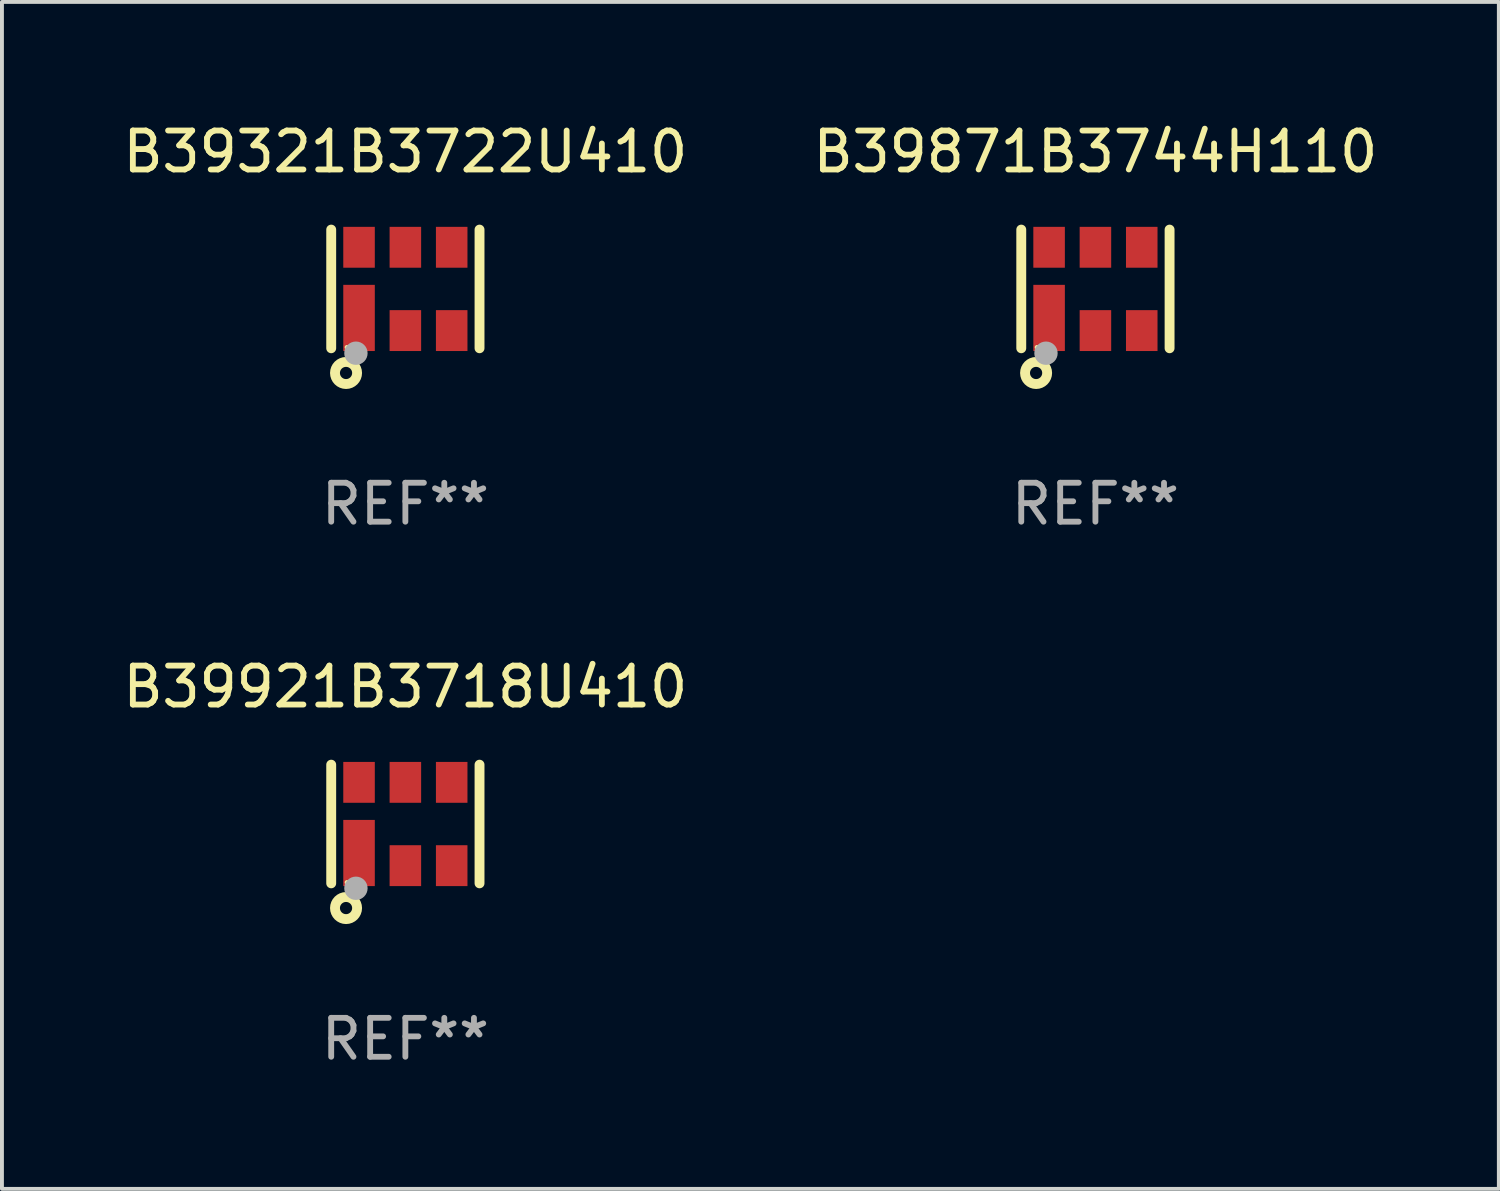
<source format=kicad_pcb>
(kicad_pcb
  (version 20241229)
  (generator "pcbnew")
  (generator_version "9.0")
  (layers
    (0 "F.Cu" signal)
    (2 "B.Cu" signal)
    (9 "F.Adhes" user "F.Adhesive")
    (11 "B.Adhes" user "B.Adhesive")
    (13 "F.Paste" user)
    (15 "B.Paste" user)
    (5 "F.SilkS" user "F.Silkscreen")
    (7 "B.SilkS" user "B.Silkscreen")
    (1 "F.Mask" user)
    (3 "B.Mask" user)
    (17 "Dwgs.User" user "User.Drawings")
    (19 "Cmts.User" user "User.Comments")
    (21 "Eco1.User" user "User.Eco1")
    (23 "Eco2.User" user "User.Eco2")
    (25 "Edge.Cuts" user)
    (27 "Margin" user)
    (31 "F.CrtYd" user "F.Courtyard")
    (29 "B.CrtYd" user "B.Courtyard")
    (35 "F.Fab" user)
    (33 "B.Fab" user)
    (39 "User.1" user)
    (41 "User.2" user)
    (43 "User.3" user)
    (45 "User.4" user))
  (footprint "B39871B3744H110"
    (layer "F.Cu")
    (at 25.089 4.372)
    (property "Reference" "B39871B3744H110" (at 0 -3.524 0) (layer "F.SilkS") (effects (font (size 1 1) (thickness 0.15))))
    (attr through_hole)
    (fp_line (start -1.905 1.524) (end -1.905 -1.524) (stroke (width 0.254) (type solid)) (layer "F.SilkS"))
    (fp_line (start 1.905 1.524) (end 1.905 -1.524) (stroke (width 0.254) (type solid)) (layer "F.SilkS"))
    (fp_circle (center -1.524 2.159) (end -1.24 2.159) (stroke (width 0.254) (type solid)) (fill no) (layer "F.SilkS"))
    (fp_circle (center -1.5 1.5) (end -1.47 1.5) (stroke (width 0.06) (type solid)) (fill no) (layer "F.SilkS"))
    (fp_circle (center -1.27 1.651) (end -1.12 1.651) (stroke (width 0.3) (type solid)) (fill no) (layer "F.Fab"))
    (fp_text user "REF**" (at 0 5.524 0) (layer "F.Fab") (effects (font (size 1 1) (thickness 0.15))))
    (pad "1" smd rect (at -1.19 0.745) (size 0.81 1.7) (layers "F.Cu" "F.Mask" "F.Paste"))
    (pad "2" smd rect (at 0 1.07) (size 0.81 1.05) (layers "F.Cu" "F.Mask" "F.Paste"))
    (pad "3" smd rect (at 1.19 1.07) (size 0.81 1.05) (layers "F.Cu" "F.Mask" "F.Paste"))
    (pad "4" smd rect (at 1.19 -1.07) (size 0.81 1.05) (layers "F.Cu" "F.Mask" "F.Paste"))
    (pad "5" smd rect (at 0 -1.07) (size 0.81 1.05) (layers "F.Cu" "F.Mask" "F.Paste"))
    (pad "6" smd rect (at -1.19 -1.07) (size 0.81 1.05) (layers "F.Cu" "F.Mask" "F.Paste")))
  (footprint "B39921B3718U410"
    (layer "F.Cu")
    (at 7.363 18.117)
    (property "Reference" "B39921B3718U410" (at 0 -3.524 0) (layer "F.SilkS") (effects (font (size 1 1) (thickness 0.15))))
    (attr through_hole)
    (fp_line (start -1.905 1.524) (end -1.905 -1.524) (stroke (width 0.254) (type solid)) (layer "F.SilkS"))
    (fp_line (start 1.905 1.524) (end 1.905 -1.524) (stroke (width 0.254) (type solid)) (layer "F.SilkS"))
    (fp_circle (center -1.524 2.159) (end -1.24 2.159) (stroke (width 0.254) (type solid)) (fill no) (layer "F.SilkS"))
    (fp_circle (center -1.5 1.5) (end -1.47 1.5) (stroke (width 0.06) (type solid)) (fill no) (layer "F.SilkS"))
    (fp_circle (center -1.27 1.651) (end -1.12 1.651) (stroke (width 0.3) (type solid)) (fill no) (layer "F.Fab"))
    (fp_text user "REF**" (at 0 5.524 0) (layer "F.Fab") (effects (font (size 1 1) (thickness 0.15))))
    (pad "1" smd rect (at -1.19 0.745) (size 0.81 1.7) (layers "F.Cu" "F.Mask" "F.Paste"))
    (pad "2" smd rect (at 0 1.07) (size 0.81 1.05) (layers "F.Cu" "F.Mask" "F.Paste"))
    (pad "3" smd rect (at 1.19 1.07) (size 0.81 1.05) (layers "F.Cu" "F.Mask" "F.Paste"))
    (pad "4" smd rect (at 1.19 -1.07) (size 0.81 1.05) (layers "F.Cu" "F.Mask" "F.Paste"))
    (pad "5" smd rect (at 0 -1.07) (size 0.81 1.05) (layers "F.Cu" "F.Mask" "F.Paste"))
    (pad "6" smd rect (at -1.19 -1.07) (size 0.81 1.05) (layers "F.Cu" "F.Mask" "F.Paste")))
  (footprint "B39321B3722U410"
    (layer "F.Cu")
    (at 7.363 4.372)
    (property "Reference" "B39321B3722U410" (at 0 -3.524 0) (layer "F.SilkS") (effects (font (size 1 1) (thickness 0.15))))
    (attr through_hole)
    (fp_line (start -1.905 1.524) (end -1.905 -1.524) (stroke (width 0.254) (type solid)) (layer "F.SilkS"))
    (fp_line (start 1.905 1.524) (end 1.905 -1.524) (stroke (width 0.254) (type solid)) (layer "F.SilkS"))
    (fp_circle (center -1.524 2.159) (end -1.24 2.159) (stroke (width 0.254) (type solid)) (fill no) (layer "F.SilkS"))
    (fp_circle (center -1.5 1.5) (end -1.47 1.5) (stroke (width 0.06) (type solid)) (fill no) (layer "F.SilkS"))
    (fp_circle (center -1.27 1.651) (end -1.12 1.651) (stroke (width 0.3) (type solid)) (fill no) (layer "F.Fab"))
    (fp_text user "REF**" (at 0 5.524 0) (layer "F.Fab") (effects (font (size 1 1) (thickness 0.15))))
    (pad "1" smd rect (at -1.19 0.745) (size 0.81 1.7) (layers "F.Cu" "F.Mask" "F.Paste"))
    (pad "2" smd rect (at 0 1.07) (size 0.81 1.05) (layers "F.Cu" "F.Mask" "F.Paste"))
    (pad "3" smd rect (at 1.19 1.07) (size 0.81 1.05) (layers "F.Cu" "F.Mask" "F.Paste"))
    (pad "4" smd rect (at 1.19 -1.07) (size 0.81 1.05) (layers "F.Cu" "F.Mask" "F.Paste"))
    (pad "5" smd rect (at 0 -1.07) (size 0.81 1.05) (layers "F.Cu" "F.Mask" "F.Paste"))
    (pad "6" smd rect (at -1.19 -1.07) (size 0.81 1.05) (layers "F.Cu" "F.Mask" "F.Paste")))
  (gr_rect
    (start -3 -3)
    (end 35.452 27.489)
    (stroke (width 0.1) (type default))
    (fill no)
    (layer "Edge.Cuts")))
</source>
